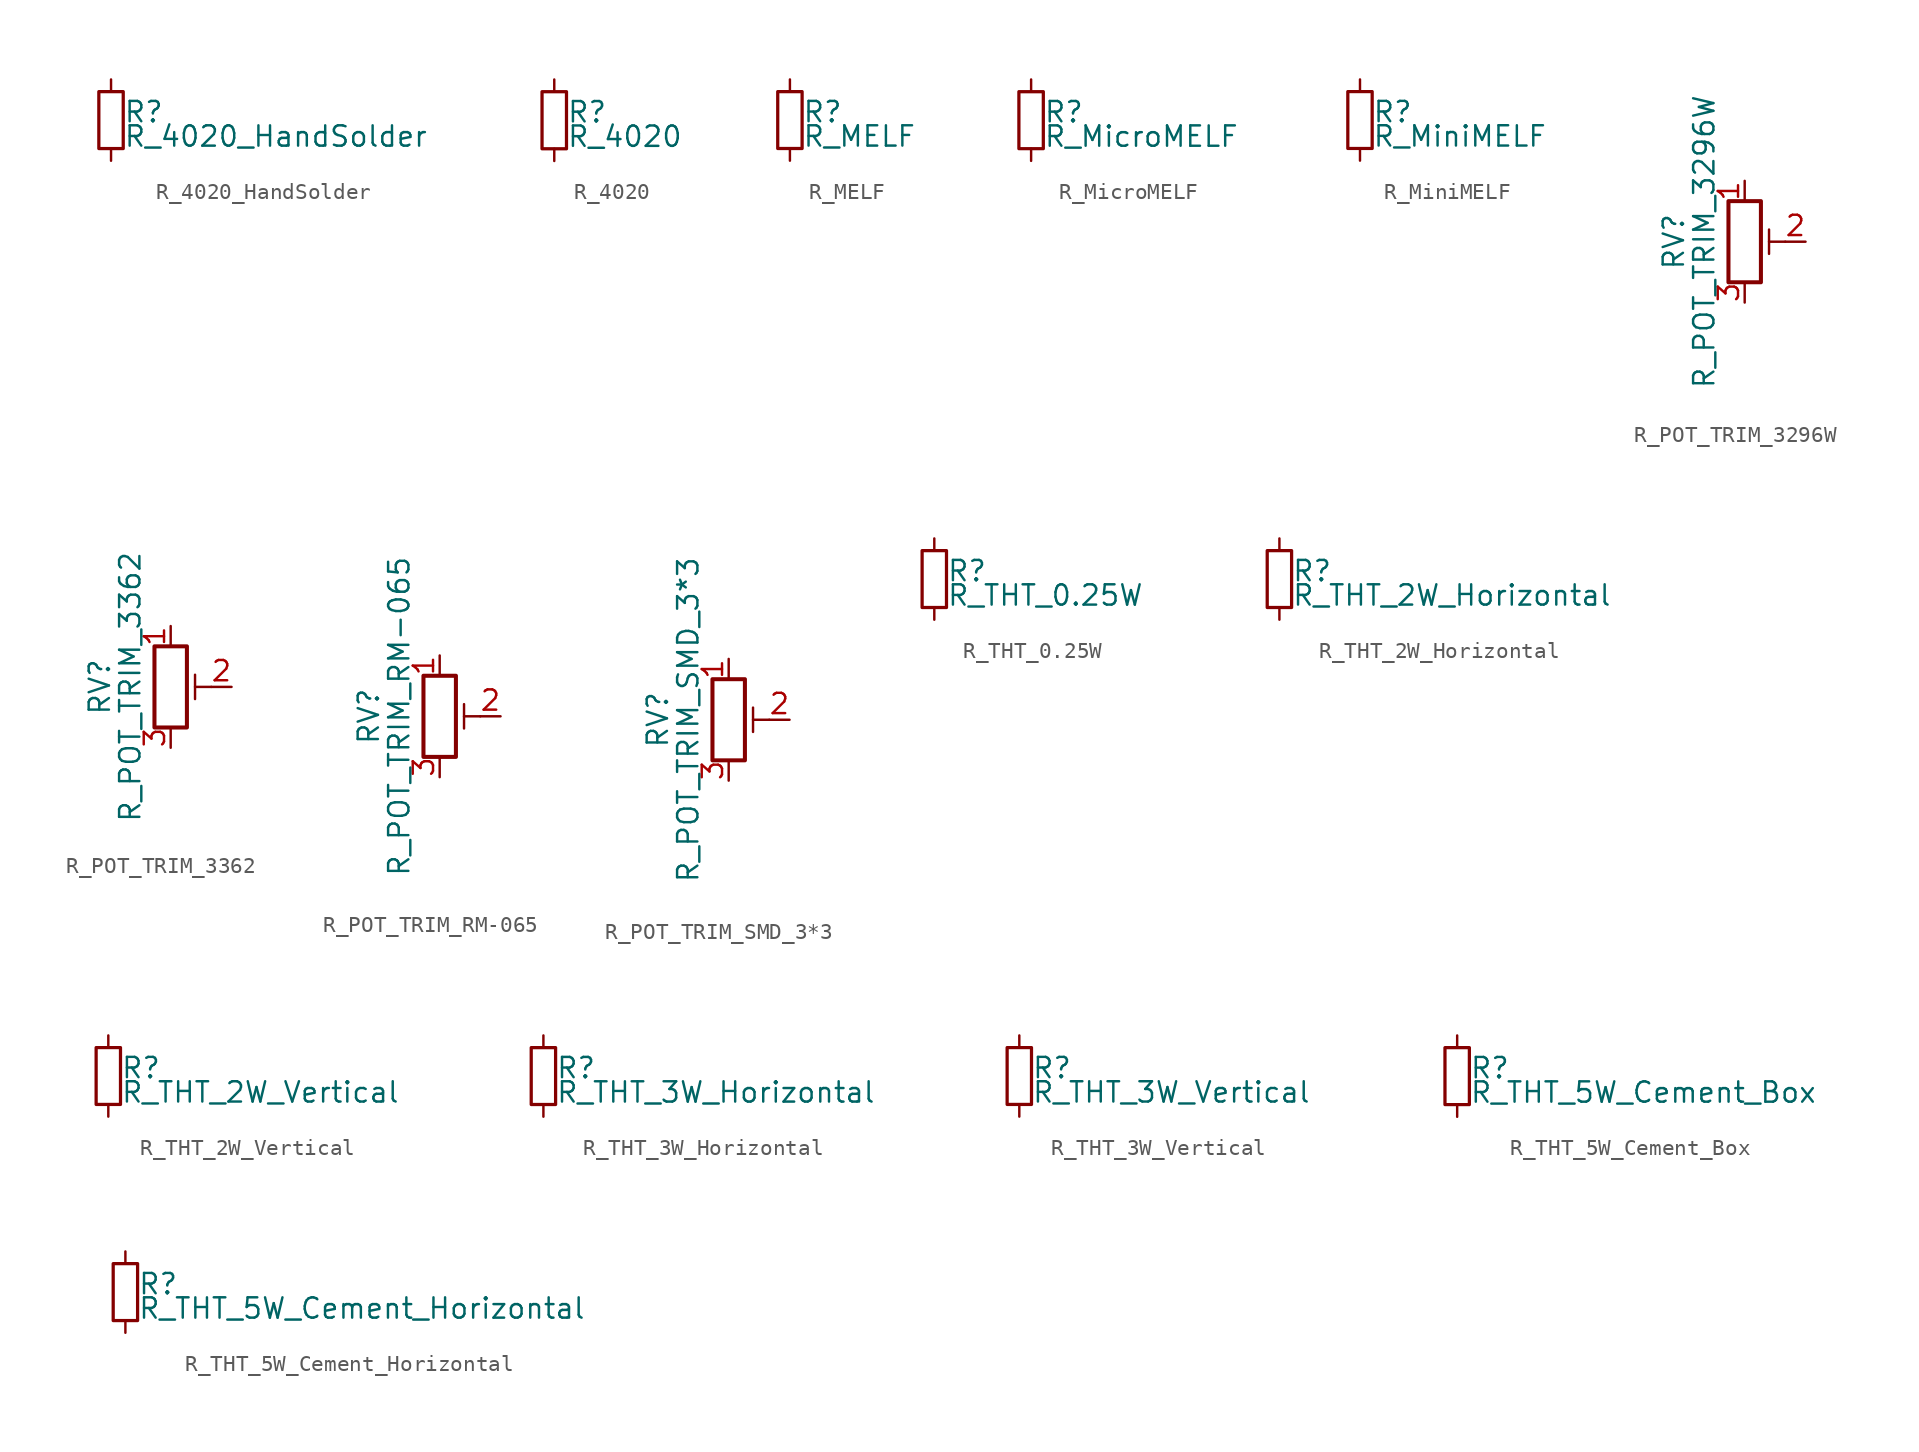
<source format=kicad_sym>
(kicad_symbol_lib
  (version 20220914)
  (generator kicad_symbol_editor)
  (symbol "R_4020_HandSolder"
    (pin_numbers hide)
    (pin_names
      (offset 0.254) hide)
    (property "Reference" "R"
      (at 0.762 0.508 0)
      (effects (font (size 1.27 1.27)) (justify left)))
    (property "Value" "R_4020_HandSolder"
      (at 0.762 -1.016 0)
      (effects (font (size 1.27 1.27)) (justify left)))
    (symbol "R_4020_HandSolder_0_1"
      (rectangle (start -0.762 1.778) (end 0.762 -1.778) (stroke (width 0.203) (type default)) (fill (type none))))
    (symbol "R_4020_HandSolder_1_1"
      (pin passive line (at 0 2.54 270) (length 0.762) (name "~" (effects (font (size 1.27 1.27)))) (number "1" (effects (font (size 1.27 1.27)))))
      (pin passive line (at 0 -2.54 90) (length 0.762) (name "~" (effects (font (size 1.27 1.27)))) (number "2" (effects (font (size 1.27 1.27)))))))
  (symbol "R_4020"
    (pin_numbers hide)
    (pin_names
      (offset 0.254) hide)
    (property "Reference" "R"
      (at 0.762 0.508 0)
      (effects (font (size 1.27 1.27)) (justify left)))
    (property "Value" "R_4020"
      (at 0.762 -1.016 0)
      (effects (font (size 1.27 1.27)) (justify left)))
    (symbol "R_4020_0_1"
      (rectangle (start -0.762 1.778) (end 0.762 -1.778) (stroke (width 0.203) (type default)) (fill (type none))))
    (symbol "R_4020_1_1"
      (pin passive line (at 0 2.54 270) (length 0.762) (name "~" (effects (font (size 1.27 1.27)))) (number "1" (effects (font (size 1.27 1.27)))))
      (pin passive line (at 0 -2.54 90) (length 0.762) (name "~" (effects (font (size 1.27 1.27)))) (number "2" (effects (font (size 1.27 1.27)))))))
  (symbol "R_MELF"
    (pin_numbers hide)
    (pin_names
      (offset 0.254) hide)
    (property "Reference" "R"
      (at 0.762 0.508 0)
      (effects (font (size 1.27 1.27)) (justify left)))
    (property "Value" "R_MELF"
      (at 0.762 -1.016 0)
      (effects (font (size 1.27 1.27)) (justify left)))
    (symbol "R_MELF_0_1"
      (rectangle (start -0.762 1.778) (end 0.762 -1.778) (stroke (width 0.203) (type default)) (fill (type none))))
    (symbol "R_MELF_1_1"
      (pin passive line (at 0 2.54 270) (length 0.762) (name "~" (effects (font (size 1.27 1.27)))) (number "1" (effects (font (size 1.27 1.27)))))
      (pin passive line (at 0 -2.54 90) (length 0.762) (name "~" (effects (font (size 1.27 1.27)))) (number "2" (effects (font (size 1.27 1.27)))))))
  (symbol "R_MicroMELF"
    (pin_numbers hide)
    (pin_names
      (offset 0.254) hide)
    (property "Reference" "R"
      (at 0.762 0.508 0)
      (effects (font (size 1.27 1.27)) (justify left)))
    (property "Value" "R_MicroMELF"
      (at 0.762 -1.016 0)
      (effects (font (size 1.27 1.27)) (justify left)))
    (symbol "R_MicroMELF_0_1"
      (rectangle (start -0.762 1.778) (end 0.762 -1.778) (stroke (width 0.203) (type default)) (fill (type none))))
    (symbol "R_MicroMELF_1_1"
      (pin passive line (at 0 2.54 270) (length 0.762) (name "~" (effects (font (size 1.27 1.27)))) (number "1" (effects (font (size 1.27 1.27)))))
      (pin passive line (at 0 -2.54 90) (length 0.762) (name "~" (effects (font (size 1.27 1.27)))) (number "2" (effects (font (size 1.27 1.27)))))))
  (symbol "R_MiniMELF"
    (pin_numbers hide)
    (pin_names
      (offset 0.254) hide)
    (property "Reference" "R"
      (at 0.762 0.508 0)
      (effects (font (size 1.27 1.27)) (justify left)))
    (property "Value" "R_MiniMELF"
      (at 0.762 -1.016 0)
      (effects (font (size 1.27 1.27)) (justify left)))
    (symbol "R_MiniMELF_0_1"
      (rectangle (start -0.762 1.778) (end 0.762 -1.778) (stroke (width 0.203) (type default)) (fill (type none))))
    (symbol "R_MiniMELF_1_1"
      (pin passive line (at 0 2.54 270) (length 0.762) (name "~" (effects (font (size 1.27 1.27)))) (number "1" (effects (font (size 1.27 1.27)))))
      (pin passive line (at 0 -2.54 90) (length 0.762) (name "~" (effects (font (size 1.27 1.27)))) (number "2" (effects (font (size 1.27 1.27)))))))
  (symbol "R_POT_TRIM_3296W"
    (pin_names
      (offset 1.016) hide)
    (property "Reference" "RV"
      (at -4.445 0 90)
      (effects (font (size 1.27 1.27))))
    (property "Value" "R_POT_TRIM_3296W"
      (at -2.54 0 90)
      (effects (font (size 1.27 1.27))))
    (symbol "R_POT_TRIM_3296W_0_1"
      (polyline (pts (xy 1.524 0.762) (xy 1.524 -0.762)) (stroke (width 0) (type default)) (fill (type none)))
      (polyline (pts (xy 2.54 0) (xy 1.524 0)) (stroke (width 0) (type default)) (fill (type none)))
      (rectangle (start 1.016 2.54) (end -1.016 -2.54) (stroke (width 0.254) (type default)) (fill (type none))))
    (symbol "R_POT_TRIM_3296W_1_1"
      (pin passive line (at 0 3.81 270) (length 1.27) (name "1" (effects (font (size 1.27 1.27)))) (number "1" (effects (font (size 1.27 1.27)))))
      (pin passive line (at 3.81 0 180) (length 1.27) (name "2" (effects (font (size 1.27 1.27)))) (number "2" (effects (font (size 1.27 1.27)))))
      (pin passive line (at 0 -3.81 90) (length 1.27) (name "3" (effects (font (size 1.27 1.27)))) (number "3" (effects (font (size 1.27 1.27)))))))
  (symbol "R_POT_TRIM_3362"
    (pin_names
      (offset 1.016) hide)
    (property "Reference" "RV"
      (at -4.445 0 90)
      (effects (font (size 1.27 1.27))))
    (property "Value" "R_POT_TRIM_3362"
      (at -2.54 0 90)
      (effects (font (size 1.27 1.27))))
    (symbol "R_POT_TRIM_3362_0_1"
      (polyline (pts (xy 1.524 0.762) (xy 1.524 -0.762)) (stroke (width 0) (type default)) (fill (type none)))
      (polyline (pts (xy 2.54 0) (xy 1.524 0)) (stroke (width 0) (type default)) (fill (type none)))
      (rectangle (start 1.016 2.54) (end -1.016 -2.54) (stroke (width 0.254) (type default)) (fill (type none))))
    (symbol "R_POT_TRIM_3362_1_1"
      (pin passive line (at 0 3.81 270) (length 1.27) (name "1" (effects (font (size 1.27 1.27)))) (number "1" (effects (font (size 1.27 1.27)))))
      (pin passive line (at 3.81 0 180) (length 1.27) (name "2" (effects (font (size 1.27 1.27)))) (number "2" (effects (font (size 1.27 1.27)))))
      (pin passive line (at 0 -3.81 90) (length 1.27) (name "3" (effects (font (size 1.27 1.27)))) (number "3" (effects (font (size 1.27 1.27)))))))
  (symbol "R_POT_TRIM_RM-065"
    (pin_names
      (offset 1.016) hide)
    (property "Reference" "RV"
      (at -4.445 0 90)
      (effects (font (size 1.27 1.27))))
    (property "Value" "R_POT_TRIM_RM-065"
      (at -2.54 0 90)
      (effects (font (size 1.27 1.27))))
    (symbol "R_POT_TRIM_RM-065_0_1"
      (polyline (pts (xy 1.524 0.762) (xy 1.524 -0.762)) (stroke (width 0) (type default)) (fill (type none)))
      (polyline (pts (xy 2.54 0) (xy 1.524 0)) (stroke (width 0) (type default)) (fill (type none)))
      (rectangle (start 1.016 2.54) (end -1.016 -2.54) (stroke (width 0.254) (type default)) (fill (type none))))
    (symbol "R_POT_TRIM_RM-065_1_1"
      (pin passive line (at 0 3.81 270) (length 1.27) (name "1" (effects (font (size 1.27 1.27)))) (number "1" (effects (font (size 1.27 1.27)))))
      (pin passive line (at 3.81 0 180) (length 1.27) (name "2" (effects (font (size 1.27 1.27)))) (number "2" (effects (font (size 1.27 1.27)))))
      (pin passive line (at 0 -3.81 90) (length 1.27) (name "3" (effects (font (size 1.27 1.27)))) (number "3" (effects (font (size 1.27 1.27)))))))
  (symbol "R_POT_TRIM_SMD_3*3"
    (pin_names
      (offset 1.016) hide)
    (property "Reference" "RV"
      (at -4.445 0 90)
      (effects (font (size 1.27 1.27))))
    (property "Value" "R_POT_TRIM_SMD_3*3"
      (at -2.54 0 90)
      (effects (font (size 1.27 1.27))))
    (symbol "R_POT_TRIM_SMD_3*3_0_1"
      (polyline (pts (xy 1.524 0.762) (xy 1.524 -0.762)) (stroke (width 0) (type default)) (fill (type none)))
      (polyline (pts (xy 2.54 0) (xy 1.524 0)) (stroke (width 0) (type default)) (fill (type none)))
      (rectangle (start 1.016 2.54) (end -1.016 -2.54) (stroke (width 0.254) (type default)) (fill (type none))))
    (symbol "R_POT_TRIM_SMD_3*3_1_1"
      (pin passive line (at 0 3.81 270) (length 1.27) (name "1" (effects (font (size 1.27 1.27)))) (number "1" (effects (font (size 1.27 1.27)))))
      (pin passive line (at 3.81 0 180) (length 1.27) (name "2" (effects (font (size 1.27 1.27)))) (number "2" (effects (font (size 1.27 1.27)))))
      (pin passive line (at 0 -3.81 90) (length 1.27) (name "3" (effects (font (size 1.27 1.27)))) (number "3" (effects (font (size 1.27 1.27)))))))
  (symbol "R_THT_0.25W"
    (pin_numbers hide)
    (pin_names
      (offset 0.254) hide)
    (property "Reference" "R"
      (at 0.762 0.508 0)
      (effects (font (size 1.27 1.27)) (justify left)))
    (property "Value" "R_THT_0.25W"
      (at 0.762 -1.016 0)
      (effects (font (size 1.27 1.27)) (justify left)))
    (symbol "R_THT_0.25W_0_1"
      (rectangle (start -0.762 1.778) (end 0.762 -1.778) (stroke (width 0.203) (type default)) (fill (type none))))
    (symbol "R_THT_0.25W_1_1"
      (pin passive line (at 0 2.54 270) (length 0.762) (name "~" (effects (font (size 1.27 1.27)))) (number "1" (effects (font (size 1.27 1.27)))))
      (pin passive line (at 0 -2.54 90) (length 0.762) (name "~" (effects (font (size 1.27 1.27)))) (number "2" (effects (font (size 1.27 1.27)))))))
  (symbol "R_THT_2W_Horizontal"
    (pin_numbers hide)
    (pin_names
      (offset 0.254) hide)
    (property "Reference" "R"
      (at 0.762 0.508 0)
      (effects (font (size 1.27 1.27)) (justify left)))
    (property "Value" "R_THT_2W_Horizontal"
      (at 0.762 -1.016 0)
      (effects (font (size 1.27 1.27)) (justify left)))
    (symbol "R_THT_2W_Horizontal_0_1"
      (rectangle (start -0.762 1.778) (end 0.762 -1.778) (stroke (width 0.203) (type default)) (fill (type none))))
    (symbol "R_THT_2W_Horizontal_1_1"
      (pin passive line (at 0 2.54 270) (length 0.762) (name "~" (effects (font (size 1.27 1.27)))) (number "1" (effects (font (size 1.27 1.27)))))
      (pin passive line (at 0 -2.54 90) (length 0.762) (name "~" (effects (font (size 1.27 1.27)))) (number "2" (effects (font (size 1.27 1.27)))))))
  (symbol "R_THT_2W_Vertical"
    (pin_numbers hide)
    (pin_names
      (offset 0.254) hide)
    (property "Reference" "R"
      (at 0.762 0.508 0)
      (effects (font (size 1.27 1.27)) (justify left)))
    (property "Value" "R_THT_2W_Vertical"
      (at 0.762 -1.016 0)
      (effects (font (size 1.27 1.27)) (justify left)))
    (symbol "R_THT_2W_Vertical_0_1"
      (rectangle (start -0.762 1.778) (end 0.762 -1.778) (stroke (width 0.203) (type default)) (fill (type none))))
    (symbol "R_THT_2W_Vertical_1_1"
      (pin passive line (at 0 2.54 270) (length 0.762) (name "~" (effects (font (size 1.27 1.27)))) (number "1" (effects (font (size 1.27 1.27)))))
      (pin passive line (at 0 -2.54 90) (length 0.762) (name "~" (effects (font (size 1.27 1.27)))) (number "2" (effects (font (size 1.27 1.27)))))))
  (symbol "R_THT_3W_Horizontal"
    (pin_numbers hide)
    (pin_names
      (offset 0.254) hide)
    (property "Reference" "R"
      (at 0.762 0.508 0)
      (effects (font (size 1.27 1.27)) (justify left)))
    (property "Value" "R_THT_3W_Horizontal"
      (at 0.762 -1.016 0)
      (effects (font (size 1.27 1.27)) (justify left)))
    (symbol "R_THT_3W_Horizontal_0_1"
      (rectangle (start -0.762 1.778) (end 0.762 -1.778) (stroke (width 0.203) (type default)) (fill (type none))))
    (symbol "R_THT_3W_Horizontal_1_1"
      (pin passive line (at 0 2.54 270) (length 0.762) (name "~" (effects (font (size 1.27 1.27)))) (number "1" (effects (font (size 1.27 1.27)))))
      (pin passive line (at 0 -2.54 90) (length 0.762) (name "~" (effects (font (size 1.27 1.27)))) (number "2" (effects (font (size 1.27 1.27)))))))
  (symbol "R_THT_3W_Vertical"
    (pin_numbers hide)
    (pin_names
      (offset 0.254) hide)
    (property "Reference" "R"
      (at 0.762 0.508 0)
      (effects (font (size 1.27 1.27)) (justify left)))
    (property "Value" "R_THT_3W_Vertical"
      (at 0.762 -1.016 0)
      (effects (font (size 1.27 1.27)) (justify left)))
    (symbol "R_THT_3W_Vertical_0_1"
      (rectangle (start -0.762 1.778) (end 0.762 -1.778) (stroke (width 0.203) (type default)) (fill (type none))))
    (symbol "R_THT_3W_Vertical_1_1"
      (pin passive line (at 0 2.54 270) (length 0.762) (name "~" (effects (font (size 1.27 1.27)))) (number "1" (effects (font (size 1.27 1.27)))))
      (pin passive line (at 0 -2.54 90) (length 0.762) (name "~" (effects (font (size 1.27 1.27)))) (number "2" (effects (font (size 1.27 1.27)))))))
  (symbol "R_THT_5W_Cement_Box"
    (pin_numbers hide)
    (pin_names
      (offset 0.254) hide)
    (property "Reference" "R"
      (at 0.762 0.508 0)
      (effects (font (size 1.27 1.27)) (justify left)))
    (property "Value" "R_THT_5W_Cement_Box"
      (at 0.762 -1.016 0)
      (effects (font (size 1.27 1.27)) (justify left)))
    (symbol "R_THT_5W_Cement_Box_0_1"
      (rectangle (start -0.762 1.778) (end 0.762 -1.778) (stroke (width 0.203) (type default)) (fill (type none))))
    (symbol "R_THT_5W_Cement_Box_1_1"
      (pin passive line (at 0 2.54 270) (length 0.762) (name "~" (effects (font (size 1.27 1.27)))) (number "1" (effects (font (size 1.27 1.27)))))
      (pin passive line (at 0 -2.54 90) (length 0.762) (name "~" (effects (font (size 1.27 1.27)))) (number "2" (effects (font (size 1.27 1.27)))))))
  (symbol "R_THT_5W_Cement_Horizontal"
    (pin_numbers hide)
    (pin_names
      (offset 0.254) hide)
    (property "Reference" "R"
      (at 0.762 0.508 0)
      (effects (font (size 1.27 1.27)) (justify left)))
    (property "Value" "R_THT_5W_Cement_Horizontal"
      (at 0.762 -1.016 0)
      (effects (font (size 1.27 1.27)) (justify left)))
    (symbol "R_THT_5W_Cement_Horizontal_0_1"
      (rectangle (start -0.762 1.778) (end 0.762 -1.778) (stroke (width 0.203) (type default)) (fill (type none))))
    (symbol "R_THT_5W_Cement_Horizontal_1_1"
      (pin passive line (at 0 2.54 270) (length 0.762) (name "~" (effects (font (size 1.27 1.27)))) (number "1" (effects (font (size 1.27 1.27)))))
      (pin passive line (at 0 -2.54 90) (length 0.762) (name "~" (effects (font (size 1.27 1.27)))) (number "2" (effects (font (size 1.27 1.27))))))))
</source>
